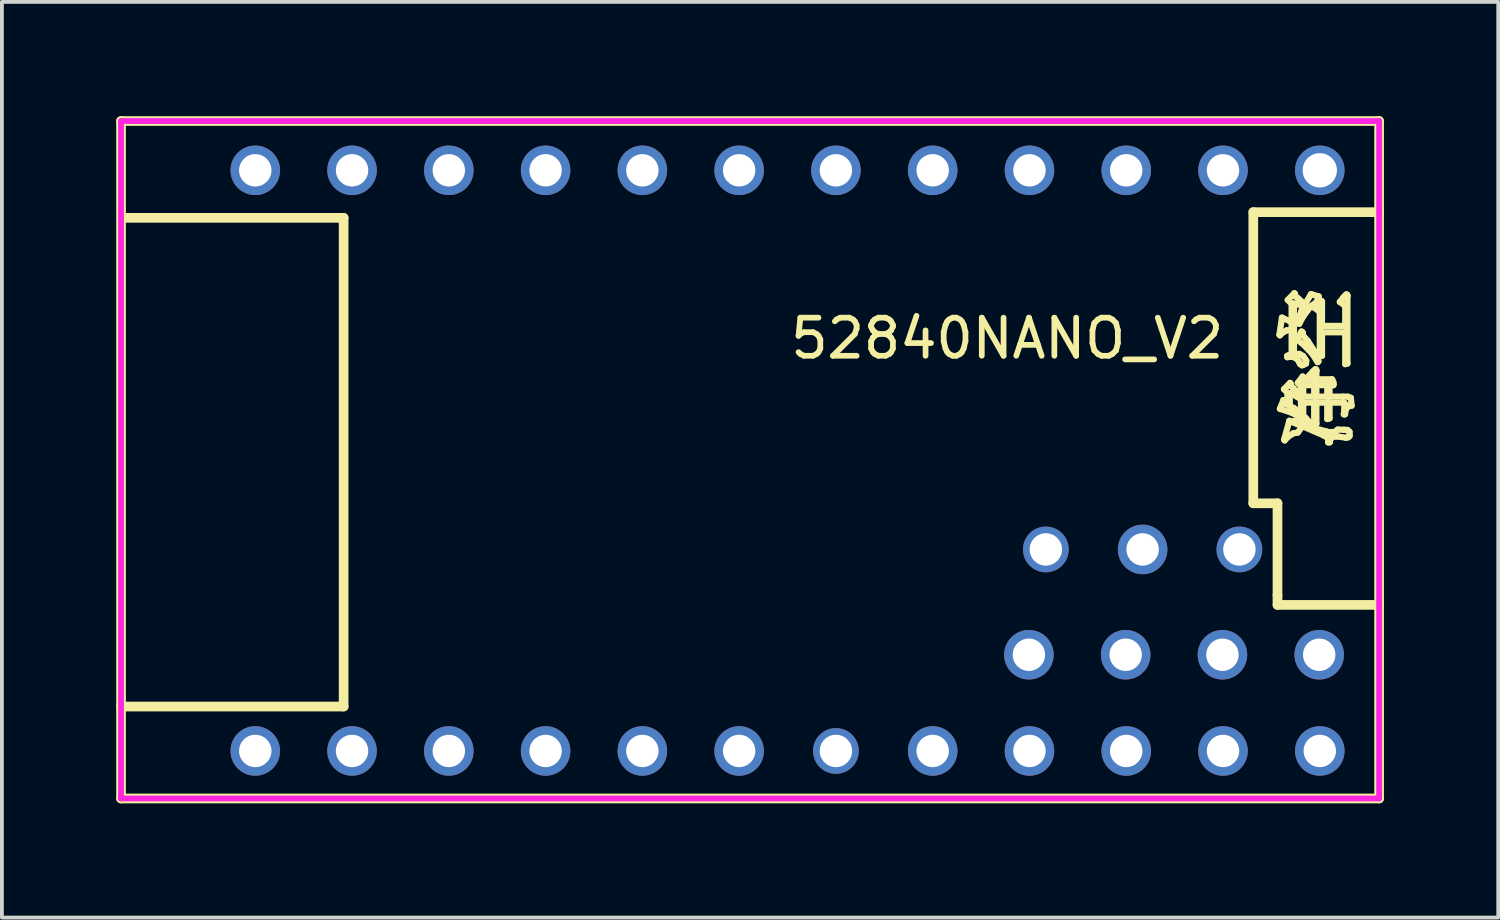
<source format=kicad_pcb>
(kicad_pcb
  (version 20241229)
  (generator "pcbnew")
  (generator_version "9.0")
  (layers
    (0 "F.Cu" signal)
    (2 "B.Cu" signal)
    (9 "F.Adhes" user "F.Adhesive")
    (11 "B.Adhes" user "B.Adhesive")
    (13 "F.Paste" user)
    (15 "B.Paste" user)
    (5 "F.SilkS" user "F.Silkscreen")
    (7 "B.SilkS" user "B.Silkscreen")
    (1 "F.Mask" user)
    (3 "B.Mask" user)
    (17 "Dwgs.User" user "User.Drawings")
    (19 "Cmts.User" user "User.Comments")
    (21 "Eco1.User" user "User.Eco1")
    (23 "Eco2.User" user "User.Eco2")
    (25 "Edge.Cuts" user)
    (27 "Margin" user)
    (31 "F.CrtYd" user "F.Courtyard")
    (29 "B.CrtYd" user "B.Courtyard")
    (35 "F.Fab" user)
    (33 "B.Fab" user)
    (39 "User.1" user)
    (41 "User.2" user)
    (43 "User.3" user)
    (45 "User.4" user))
  (footprint "52840NANO_V2"
    (layer "F.Cu")
    (at 17.62 9.04)
    (property "Reference" "52840NANO_V2" (at 0 -3.207 0) (layer "F.SilkS") (effects (font (size 1 1) (thickness 0.15)) (justify left)))
    (attr through_hole)
    (fp_line (start -17.493 -8.913) (end 15.527 -8.913) (stroke (width 0.254) (type solid)) (layer "F.SilkS"))
    (fp_line (start -17.493 8.867) (end -17.493 -8.913) (stroke (width 0.254) (type solid)) (layer "F.SilkS"))
    (fp_line (start -17.366 -6.373) (end -11.651 -6.373) (stroke (width 0.254) (type solid)) (layer "F.SilkS"))
    (fp_line (start -11.651 -6.373) (end -11.651 6.454) (stroke (width 0.254) (type solid)) (layer "F.SilkS"))
    (fp_line (start -11.651 6.454) (end -17.493 6.454) (stroke (width 0.254) (type solid)) (layer "F.SilkS"))
    (fp_line (start 12.225 -6.522) (end 12.225 1.12) (stroke (width 0.254) (type solid)) (layer "F.SilkS"))
    (fp_line (start 12.225 1.12) (end 12.86 1.12) (stroke (width 0.254) (type solid)) (layer "F.SilkS"))
    (fp_line (start 12.86 1.12) (end 12.86 3.533) (stroke (width 0.254) (type solid)) (layer "F.SilkS"))
    (fp_line (start 12.86 3.533) (end 12.86 3.787) (stroke (width 0.254) (type solid)) (layer "F.SilkS"))
    (fp_line (start 12.86 3.787) (end 15.527 3.787) (stroke (width 0.254) (type solid)) (layer "F.SilkS"))
    (fp_line (start 12.911 -3.307) (end 12.923 -3.289) (stroke (width 0.163) (type solid)) (layer "F.SilkS"))
    (fp_line (start 12.923 -3.289) (end 12.987 -3.355) (stroke (width 0.163) (type solid)) (layer "F.SilkS"))
    (fp_line (start 12.923 -1.359) (end 13.221 -1.263) (stroke (width 0.163) (type solid)) (layer "F.SilkS"))
    (fp_line (start 12.977 -3.754) (end 12.911 -3.307) (stroke (width 0.163) (type solid)) (layer "F.SilkS"))
    (fp_line (start 12.987 -3.355) (end 13.101 -3.419) (stroke (width 0.163) (type solid)) (layer "F.SilkS"))
    (fp_line (start 13.015 -1.59) (end 12.923 -1.359) (stroke (width 0.163) (type solid)) (layer "F.SilkS"))
    (fp_line (start 13.03 -1.875) (end 13.122 -1.778) (stroke (width 0.163) (type solid)) (layer "F.SilkS"))
    (fp_line (start 13.033 -0.551) (end 13.048 -0.531) (stroke (width 0.163) (type solid)) (layer "F.SilkS"))
    (fp_line (start 13.038 -1.58) (end 13.015 -1.59) (stroke (width 0.163) (type solid)) (layer "F.SilkS"))
    (fp_line (start 13.048 -1.509) (end 13.05 -1.557) (stroke (width 0.163) (type solid)) (layer "F.SilkS"))
    (fp_line (start 13.048 -0.531) (end 13.132 -0.622) (stroke (width 0.163) (type solid)) (layer "F.SilkS"))
    (fp_line (start 13.05 -1.557) (end 13.038 -1.58) (stroke (width 0.163) (type solid)) (layer "F.SilkS"))
    (fp_line (start 13.073 -1.496) (end 13.048 -1.509) (stroke (width 0.163) (type solid)) (layer "F.SilkS"))
    (fp_line (start 13.099 -1.486) (end 13.073 -1.496) (stroke (width 0.163) (type solid)) (layer "F.SilkS"))
    (fp_line (start 13.101 -3.419) (end 13.195 -3.427) (stroke (width 0.163) (type solid)) (layer "F.SilkS"))
    (fp_line (start 13.114 -2.748) (end 13.117 -2.715) (stroke (width 0.163) (type solid)) (layer "F.SilkS"))
    (fp_line (start 13.117 -2.715) (end 13.254 -2.731) (stroke (width 0.163) (type solid)) (layer "F.SilkS"))
    (fp_line (start 13.122 -1.778) (end 13.122 -1.471) (stroke (width 0.163) (type solid)) (layer "F.SilkS"))
    (fp_line (start 13.122 -1.471) (end 13.099 -1.486) (stroke (width 0.163) (type solid)) (layer "F.SilkS"))
    (fp_line (start 13.129 -4.217) (end 13.231 -4.115) (stroke (width 0.163) (type solid)) (layer "F.SilkS"))
    (fp_line (start 13.132 -0.622) (end 13.271 -0.716) (stroke (width 0.163) (type solid)) (layer "F.SilkS"))
    (fp_line (start 13.155 -2.766) (end 13.114 -2.748) (stroke (width 0.163) (type solid)) (layer "F.SilkS"))
    (fp_line (start 13.172 -1.047) (end 13.033 -0.551) (stroke (width 0.163) (type solid)) (layer "F.SilkS"))
    (fp_line (start 13.183 -1.776) (end 13.271 -1.732) (stroke (width 0.163) (type solid)) (layer "F.SilkS"))
    (fp_line (start 13.183 -1.438) (end 13.183 -1.776) (stroke (width 0.163) (type solid)) (layer "F.SilkS"))
    (fp_line (start 13.19 -2.04) (end 13.03 -1.875) (stroke (width 0.163) (type solid)) (layer "F.SilkS"))
    (fp_line (start 13.193 -2.776) (end 13.155 -2.766) (stroke (width 0.163) (type solid)) (layer "F.SilkS"))
    (fp_line (start 13.195 -3.427) (end 13.322 -3.594) (stroke (width 0.163) (type solid)) (layer "F.SilkS"))
    (fp_line (start 13.203 -2.025) (end 13.19 -2.04) (stroke (width 0.163) (type solid)) (layer "F.SilkS"))
    (fp_line (start 13.208 -1.999) (end 13.203 -2.025) (stroke (width 0.163) (type solid)) (layer "F.SilkS"))
    (fp_line (start 13.21 -1.958) (end 13.208 -1.999) (stroke (width 0.163) (type solid)) (layer "F.SilkS"))
    (fp_line (start 13.221 -1.263) (end 13.51 -1.108) (stroke (width 0.163) (type solid)) (layer "F.SilkS"))
    (fp_line (start 13.231 -4.115) (end 13.231 -2.781) (stroke (width 0.163) (type solid)) (layer "F.SilkS"))
    (fp_line (start 13.231 -2.781) (end 13.193 -2.776) (stroke (width 0.163) (type solid)) (layer "F.SilkS"))
    (fp_line (start 13.254 -2.731) (end 13.381 -2.662) (stroke (width 0.163) (type solid)) (layer "F.SilkS"))
    (fp_line (start 13.271 -1.732) (end 13.391 -1.666) (stroke (width 0.163) (type solid)) (layer "F.SilkS"))
    (fp_line (start 13.271 -0.716) (end 13.393 -0.737) (stroke (width 0.163) (type solid)) (layer "F.SilkS"))
    (fp_line (start 13.277 -1.006) (end 14.074 -0.661) (stroke (width 0.163) (type solid)) (layer "F.SilkS"))
    (fp_line (start 13.287 -1.039) (end 13.277 -1.006) (stroke (width 0.163) (type solid)) (layer "F.SilkS"))
    (fp_line (start 13.289 -1.892) (end 13.21 -1.958) (stroke (width 0.163) (type solid)) (layer "F.SilkS"))
    (fp_line (start 13.289 -1.379) (end 13.183 -1.438) (stroke (width 0.163) (type solid)) (layer "F.SilkS"))
    (fp_line (start 13.292 -4.125) (end 13.373 -4.107) (stroke (width 0.163) (type solid)) (layer "F.SilkS"))
    (fp_line (start 13.292 -2.789) (end 13.292 -4.125) (stroke (width 0.163) (type solid)) (layer "F.SilkS"))
    (fp_line (start 13.302 -4.394) (end 13.129 -4.217) (stroke (width 0.163) (type solid)) (layer "F.SilkS"))
    (fp_line (start 13.317 -4.382) (end 13.302 -4.394) (stroke (width 0.163) (type solid)) (layer "F.SilkS"))
    (fp_line (start 13.322 -4.359) (end 13.317 -4.382) (stroke (width 0.163) (type solid)) (layer "F.SilkS"))
    (fp_line (start 13.322 -4.316) (end 13.322 -4.359) (stroke (width 0.163) (type solid)) (layer "F.SilkS"))
    (fp_line (start 13.322 -3.594) (end 12.977 -3.754) (stroke (width 0.163) (type solid)) (layer "F.SilkS"))
    (fp_line (start 13.371 -3.173) (end 13.515 -3.071) (stroke (width 0.163) (type solid)) (layer "F.SilkS"))
    (fp_line (start 13.373 -4.107) (end 13.482 -4.077) (stroke (width 0.163) (type solid)) (layer "F.SilkS"))
    (fp_line (start 13.381 -2.662) (end 13.429 -2.583) (stroke (width 0.163) (type solid)) (layer "F.SilkS"))
    (fp_line (start 13.388 -1.308) (end 13.289 -1.379) (stroke (width 0.163) (type solid)) (layer "F.SilkS"))
    (fp_line (start 13.391 -1.666) (end 13.475 -1.613) (stroke (width 0.163) (type solid)) (layer "F.SilkS"))
    (fp_line (start 13.393 -2.042) (end 13.475 -1.964) (stroke (width 0.163) (type solid)) (layer "F.SilkS"))
    (fp_line (start 13.393 -0.737) (end 13.515 -0.902) (stroke (width 0.163) (type solid)) (layer "F.SilkS"))
    (fp_line (start 13.396 -1.781) (end 13.289 -1.892) (stroke (width 0.163) (type solid)) (layer "F.SilkS"))
    (fp_line (start 13.398 -4.26) (end 13.322 -4.316) (stroke (width 0.163) (type solid)) (layer "F.SilkS"))
    (fp_line (start 13.409 -3.609) (end 13.431 -3.592) (stroke (width 0.163) (type solid)) (layer "F.SilkS"))
    (fp_line (start 13.429 -2.583) (end 13.454 -2.535) (stroke (width 0.163) (type solid)) (layer "F.SilkS"))
    (fp_line (start 13.431 -3.592) (end 13.536 -3.785) (stroke (width 0.163) (type solid)) (layer "F.SilkS"))
    (fp_line (start 13.434 -2.802) (end 13.292 -2.789) (stroke (width 0.163) (type solid)) (layer "F.SilkS"))
    (fp_line (start 13.444 -3.805) (end 13.409 -3.609) (stroke (width 0.163) (type solid)) (layer "F.SilkS"))
    (fp_line (start 13.454 -2.535) (end 13.503 -2.502) (stroke (width 0.163) (type solid)) (layer "F.SilkS"))
    (fp_line (start 13.475 -1.964) (end 13.475 -1.679) (stroke (width 0.163) (type solid)) (layer "F.SilkS"))
    (fp_line (start 13.475 -1.679) (end 13.396 -1.781) (stroke (width 0.163) (type solid)) (layer "F.SilkS"))
    (fp_line (start 13.475 -1.613) (end 13.475 -1.232) (stroke (width 0.163) (type solid)) (layer "F.SilkS"))
    (fp_line (start 13.475 -1.232) (end 13.388 -1.308) (stroke (width 0.163) (type solid)) (layer "F.SilkS"))
    (fp_line (start 13.482 -4.077) (end 13.553 -4.054) (stroke (width 0.163) (type solid)) (layer "F.SilkS"))
    (fp_line (start 13.49 -3.388) (end 13.371 -3.173) (stroke (width 0.163) (type solid)) (layer "F.SilkS"))
    (fp_line (start 13.495 -3.95) (end 13.444 -3.805) (stroke (width 0.163) (type solid)) (layer "F.SilkS"))
    (fp_line (start 13.503 -2.502) (end 13.553 -2.522) (stroke (width 0.163) (type solid)) (layer "F.SilkS"))
    (fp_line (start 13.505 -4.163) (end 13.398 -4.26) (stroke (width 0.163) (type solid)) (layer "F.SilkS"))
    (fp_line (start 13.51 -1.108) (end 13.688 -0.958) (stroke (width 0.163) (type solid)) (layer "F.SilkS"))
    (fp_line (start 13.513 -3.376) (end 13.49 -3.388) (stroke (width 0.163) (type solid)) (layer "F.SilkS"))
    (fp_line (start 13.515 -3.071) (end 13.779 -2.797) (stroke (width 0.163) (type solid)) (layer "F.SilkS"))
    (fp_line (start 13.515 -0.902) (end 13.172 -1.047) (stroke (width 0.163) (type solid)) (layer "F.SilkS"))
    (fp_line (start 13.52 -2.207) (end 13.393 -2.042) (stroke (width 0.163) (type solid)) (layer "F.SilkS"))
    (fp_line (start 13.523 -3.292) (end 13.525 -3.35) (stroke (width 0.163) (type solid)) (layer "F.SilkS"))
    (fp_line (start 13.525 -3.35) (end 13.513 -3.376) (stroke (width 0.163) (type solid)) (layer "F.SilkS"))
    (fp_line (start 13.531 -0.96) (end 13.287 -1.039) (stroke (width 0.163) (type solid)) (layer "F.SilkS"))
    (fp_line (start 13.533 -2.746) (end 13.434 -2.802) (stroke (width 0.163) (type solid)) (layer "F.SilkS"))
    (fp_line (start 13.536 -3.785) (end 13.731 -4.049) (stroke (width 0.163) (type solid)) (layer "F.SilkS"))
    (fp_line (start 13.536 -2.197) (end 13.52 -2.207) (stroke (width 0.163) (type solid)) (layer "F.SilkS"))
    (fp_line (start 13.536 -1.981) (end 13.823 -1.981) (stroke (width 0.163) (type solid)) (layer "F.SilkS"))
    (fp_line (start 13.536 -1.679) (end 13.536 -1.981) (stroke (width 0.163) (type solid)) (layer "F.SilkS"))
    (fp_line (start 13.536 -1.522) (end 13.823 -1.522) (stroke (width 0.163) (type solid)) (layer "F.SilkS"))
    (fp_line (start 13.536 -1.181) (end 13.536 -1.522) (stroke (width 0.163) (type solid)) (layer "F.SilkS"))
    (fp_line (start 13.548 -2.169) (end 13.536 -2.197) (stroke (width 0.163) (type solid)) (layer "F.SilkS"))
    (fp_line (start 13.553 -4.054) (end 13.495 -3.95) (stroke (width 0.163) (type solid)) (layer "F.SilkS"))
    (fp_line (start 13.553 -2.522) (end 13.609 -2.548) (stroke (width 0.163) (type solid)) (layer "F.SilkS"))
    (fp_line (start 13.556 -2.134) (end 13.548 -2.169) (stroke (width 0.163) (type solid)) (layer "F.SilkS"))
    (fp_line (start 13.569 -4.082) (end 13.505 -4.163) (stroke (width 0.163) (type solid)) (layer "F.SilkS"))
    (fp_line (start 13.574 -2.682) (end 13.533 -2.746) (stroke (width 0.163) (type solid)) (layer "F.SilkS"))
    (fp_line (start 13.599 -1.12) (end 13.536 -1.181) (stroke (width 0.163) (type solid)) (layer "F.SilkS"))
    (fp_line (start 13.609 -2.548) (end 13.614 -2.624) (stroke (width 0.163) (type solid)) (layer "F.SilkS"))
    (fp_line (start 13.614 -2.624) (end 13.574 -2.682) (stroke (width 0.163) (type solid)) (layer "F.SilkS"))
    (fp_line (start 13.658 -3.137) (end 13.523 -3.292) (stroke (width 0.163) (type solid)) (layer "F.SilkS"))
    (fp_line (start 13.658 -1.052) (end 13.599 -1.12) (stroke (width 0.163) (type solid)) (layer "F.SilkS"))
    (fp_line (start 13.688 -0.958) (end 13.708 -0.986) (stroke (width 0.163) (type solid)) (layer "F.SilkS"))
    (fp_line (start 13.698 -2.238) (end 13.698 -2.238) (stroke (width 0.163) (type solid)) (layer "F.SilkS"))
    (fp_line (start 13.698 -2.238) (end 13.823 -2.157) (stroke (width 0.163) (type solid)) (layer "F.SilkS"))
    (fp_line (start 13.708 -0.986) (end 13.658 -1.052) (stroke (width 0.163) (type solid)) (layer "F.SilkS"))
    (fp_line (start 13.731 -4.049) (end 13.886 -4.158) (stroke (width 0.163) (type solid)) (layer "F.SilkS"))
    (fp_line (start 13.739 -4.369) (end 13.569 -4.082) (stroke (width 0.163) (type solid)) (layer "F.SilkS"))
    (fp_line (start 13.779 -2.797) (end 13.912 -2.586) (stroke (width 0.163) (type solid)) (layer "F.SilkS"))
    (fp_line (start 13.787 -2.339) (end 13.698 -2.238) (stroke (width 0.163) (type solid)) (layer "F.SilkS"))
    (fp_line (start 13.823 -2.157) (end 13.823 -2.134) (stroke (width 0.163) (type solid)) (layer "F.SilkS"))
    (fp_line (start 13.823 -2.134) (end 13.556 -2.134) (stroke (width 0.163) (type solid)) (layer "F.SilkS"))
    (fp_line (start 13.823 -1.981) (end 13.823 -1.679) (stroke (width 0.163) (type solid)) (layer "F.SilkS"))
    (fp_line (start 13.823 -1.679) (end 13.536 -1.679) (stroke (width 0.163) (type solid)) (layer "F.SilkS"))
    (fp_line (start 13.823 -1.522) (end 13.823 -0.953) (stroke (width 0.163) (type solid)) (layer "F.SilkS"))
    (fp_line (start 13.823 -0.953) (end 13.881 -0.968) (stroke (width 0.163) (type solid)) (layer "F.SilkS"))
    (fp_line (start 13.838 -2.86) (end 13.658 -3.137) (stroke (width 0.163) (type solid)) (layer "F.SilkS"))
    (fp_line (start 13.84 -4.006) (end 13.84 -4.006) (stroke (width 0.163) (type solid)) (layer "F.SilkS"))
    (fp_line (start 13.84 -4.006) (end 13.97 -3.904) (stroke (width 0.163) (type solid)) (layer "F.SilkS"))
    (fp_line (start 13.851 -2.398) (end 13.787 -2.339) (stroke (width 0.163) (type solid)) (layer "F.SilkS"))
    (fp_line (start 13.871 -2.393) (end 13.851 -2.398) (stroke (width 0.163) (type solid)) (layer "F.SilkS"))
    (fp_line (start 13.881 -2.372) (end 13.871 -2.393) (stroke (width 0.163) (type solid)) (layer "F.SilkS"))
    (fp_line (start 13.881 -2.345) (end 13.881 -2.372) (stroke (width 0.163) (type solid)) (layer "F.SilkS"))
    (fp_line (start 13.881 -2.134) (end 13.881 -2.345) (stroke (width 0.163) (type solid)) (layer "F.SilkS"))
    (fp_line (start 13.881 -1.981) (end 14.166 -1.981) (stroke (width 0.163) (type solid)) (layer "F.SilkS"))
    (fp_line (start 13.881 -1.679) (end 13.881 -1.981) (stroke (width 0.163) (type solid)) (layer "F.SilkS"))
    (fp_line (start 13.881 -1.522) (end 14.166 -1.522) (stroke (width 0.163) (type solid)) (layer "F.SilkS"))
    (fp_line (start 13.881 -0.968) (end 13.881 -1.522) (stroke (width 0.163) (type solid)) (layer "F.SilkS"))
    (fp_line (start 13.886 -4.158) (end 13.942 -4.311) (stroke (width 0.163) (type solid)) (layer "F.SilkS"))
    (fp_line (start 13.912 -2.586) (end 13.934 -2.606) (stroke (width 0.163) (type solid)) (layer "F.SilkS"))
    (fp_line (start 13.932 -4.12) (end 13.84 -4.006) (stroke (width 0.163) (type solid)) (layer "F.SilkS"))
    (fp_line (start 13.934 -2.606) (end 13.838 -2.86) (stroke (width 0.163) (type solid)) (layer "F.SilkS"))
    (fp_line (start 13.942 -4.311) (end 13.739 -4.369) (stroke (width 0.163) (type solid)) (layer "F.SilkS"))
    (fp_line (start 13.97 -3.904) (end 13.97 -2.733) (stroke (width 0.163) (type solid)) (layer "F.SilkS"))
    (fp_line (start 13.97 -2.733) (end 14.028 -2.751) (stroke (width 0.163) (type solid)) (layer "F.SilkS"))
    (fp_line (start 13.99 -0.805) (end 13.531 -0.96) (stroke (width 0.163) (type solid)) (layer "F.SilkS"))
    (fp_line (start 13.995 -4.194) (end 13.932 -4.12) (stroke (width 0.163) (type solid)) (layer "F.SilkS"))
    (fp_line (start 14.018 -4.189) (end 13.995 -4.194) (stroke (width 0.163) (type solid)) (layer "F.SilkS"))
    (fp_line (start 14.028 -4.168) (end 14.018 -4.189) (stroke (width 0.163) (type solid)) (layer "F.SilkS"))
    (fp_line (start 14.028 -4.138) (end 14.028 -4.168) (stroke (width 0.163) (type solid)) (layer "F.SilkS"))
    (fp_line (start 14.028 -3.536) (end 14.028 -4.138) (stroke (width 0.163) (type solid)) (layer "F.SilkS"))
    (fp_line (start 14.028 -3.368) (end 14.638 -3.368) (stroke (width 0.163) (type solid)) (layer "F.SilkS"))
    (fp_line (start 14.028 -2.751) (end 14.028 -3.368) (stroke (width 0.163) (type solid)) (layer "F.SilkS"))
    (fp_line (start 14.074 -0.661) (end 14.074 -0.661) (stroke (width 0.163) (type solid)) (layer "F.SilkS"))
    (fp_line (start 14.074 -0.661) (end 14.145 -0.622) (stroke (width 0.163) (type solid)) (layer "F.SilkS"))
    (fp_line (start 14.089 -0.78) (end 13.99 -0.805) (stroke (width 0.163) (type solid)) (layer "F.SilkS"))
    (fp_line (start 14.145 -0.622) (end 14.186 -0.602) (stroke (width 0.163) (type solid)) (layer "F.SilkS"))
    (fp_line (start 14.15 -0.762) (end 14.089 -0.78) (stroke (width 0.163) (type solid)) (layer "F.SilkS"))
    (fp_line (start 14.166 -1.981) (end 14.166 -1.679) (stroke (width 0.163) (type solid)) (layer "F.SilkS"))
    (fp_line (start 14.166 -1.679) (end 13.881 -1.679) (stroke (width 0.163) (type solid)) (layer "F.SilkS"))
    (fp_line (start 14.166 -1.522) (end 14.166 -1.092) (stroke (width 0.163) (type solid)) (layer "F.SilkS"))
    (fp_line (start 14.166 -1.092) (end 14.226 -1.11) (stroke (width 0.163) (type solid)) (layer "F.SilkS"))
    (fp_line (start 14.186 -0.602) (end 14.188 -0.592) (stroke (width 0.163) (type solid)) (layer "F.SilkS"))
    (fp_line (start 14.188 -0.592) (end 14.188 -0.569) (stroke (width 0.163) (type solid)) (layer "F.SilkS"))
    (fp_line (start 14.188 -0.569) (end 14.188 -0.48) (stroke (width 0.163) (type solid)) (layer "F.SilkS"))
    (fp_line (start 14.188 -0.48) (end 14.232 -0.48) (stroke (width 0.163) (type solid)) (layer "F.SilkS"))
    (fp_line (start 14.216 -0.749) (end 14.15 -0.762) (stroke (width 0.163) (type solid)) (layer "F.SilkS"))
    (fp_line (start 14.226 -1.981) (end 14.328 -1.981) (stroke (width 0.163) (type solid)) (layer "F.SilkS"))
    (fp_line (start 14.226 -1.679) (end 14.226 -1.981) (stroke (width 0.163) (type solid)) (layer "F.SilkS"))
    (fp_line (start 14.226 -1.522) (end 14.577 -1.522) (stroke (width 0.163) (type solid)) (layer "F.SilkS"))
    (fp_line (start 14.226 -1.11) (end 14.226 -1.522) (stroke (width 0.163) (type solid)) (layer "F.SilkS"))
    (fp_line (start 14.232 -0.48) (end 14.237 -0.521) (stroke (width 0.163) (type solid)) (layer "F.SilkS"))
    (fp_line (start 14.237 -0.521) (end 14.242 -0.551) (stroke (width 0.163) (type solid)) (layer "F.SilkS"))
    (fp_line (start 14.242 -0.551) (end 14.262 -0.579) (stroke (width 0.163) (type solid)) (layer "F.SilkS"))
    (fp_line (start 14.262 -0.579) (end 14.29 -0.622) (stroke (width 0.163) (type solid)) (layer "F.SilkS"))
    (fp_line (start 14.267 -0.749) (end 14.216 -0.749) (stroke (width 0.163) (type solid)) (layer "F.SilkS"))
    (fp_line (start 14.28 -2.134) (end 13.881 -2.134) (stroke (width 0.163) (type solid)) (layer "F.SilkS"))
    (fp_line (start 14.29 -0.622) (end 14.45 -0.633) (stroke (width 0.163) (type solid)) (layer "F.SilkS"))
    (fp_line (start 14.295 -2.131) (end 14.28 -2.134) (stroke (width 0.163) (type solid)) (layer "F.SilkS"))
    (fp_line (start 14.328 -2.055) (end 14.295 -2.131) (stroke (width 0.163) (type solid)) (layer "F.SilkS"))
    (fp_line (start 14.328 -2.004) (end 14.328 -2.055) (stroke (width 0.163) (type solid)) (layer "F.SilkS"))
    (fp_line (start 14.328 -1.981) (end 14.328 -2.004) (stroke (width 0.163) (type solid)) (layer "F.SilkS"))
    (fp_line (start 14.359 -0.752) (end 14.267 -0.749) (stroke (width 0.163) (type solid)) (layer "F.SilkS"))
    (fp_line (start 14.442 -0.815) (end 14.359 -0.752) (stroke (width 0.163) (type solid)) (layer "F.SilkS"))
    (fp_line (start 14.45 -0.633) (end 14.653 -0.602) (stroke (width 0.163) (type solid)) (layer "F.SilkS"))
    (fp_line (start 14.498 -4.166) (end 14.498 -4.166) (stroke (width 0.163) (type solid)) (layer "F.SilkS"))
    (fp_line (start 14.498 -4.166) (end 14.638 -4.057) (stroke (width 0.163) (type solid)) (layer "F.SilkS"))
    (fp_line (start 14.577 -1.522) (end 14.607 -1.522) (stroke (width 0.163) (type solid)) (layer "F.SilkS"))
    (fp_line (start 14.582 -1.679) (end 14.226 -1.679) (stroke (width 0.163) (type solid)) (layer "F.SilkS"))
    (fp_line (start 14.592 -4.288) (end 14.498 -4.166) (stroke (width 0.163) (type solid)) (layer "F.SilkS"))
    (fp_line (start 14.602 -1.217) (end 14.602 -1.217) (stroke (width 0.163) (type solid)) (layer "F.SilkS"))
    (fp_line (start 14.602 -1.217) (end 14.633 -1.217) (stroke (width 0.163) (type solid)) (layer "F.SilkS"))
    (fp_line (start 14.605 -0.81) (end 14.442 -0.815) (stroke (width 0.163) (type solid)) (layer "F.SilkS"))
    (fp_line (start 14.607 -1.522) (end 14.618 -1.511) (stroke (width 0.163) (type solid)) (layer "F.SilkS"))
    (fp_line (start 14.618 -1.511) (end 14.618 -1.476) (stroke (width 0.163) (type solid)) (layer "F.SilkS"))
    (fp_line (start 14.618 -1.476) (end 14.618 -1.43) (stroke (width 0.163) (type solid)) (layer "F.SilkS"))
    (fp_line (start 14.618 -1.43) (end 14.602 -1.217) (stroke (width 0.163) (type solid)) (layer "F.SilkS"))
    (fp_line (start 14.633 -1.217) (end 14.646 -1.316) (stroke (width 0.163) (type solid)) (layer "F.SilkS"))
    (fp_line (start 14.638 -4.057) (end 14.638 -3.536) (stroke (width 0.163) (type solid)) (layer "F.SilkS"))
    (fp_line (start 14.638 -3.536) (end 14.028 -3.536) (stroke (width 0.163) (type solid)) (layer "F.SilkS"))
    (fp_line (start 14.638 -3.368) (end 14.638 -2.533) (stroke (width 0.163) (type solid)) (layer "F.SilkS"))
    (fp_line (start 14.638 -2.533) (end 14.696 -2.55) (stroke (width 0.163) (type solid)) (layer "F.SilkS"))
    (fp_line (start 14.646 -1.316) (end 14.666 -1.369) (stroke (width 0.163) (type solid)) (layer "F.SilkS"))
    (fp_line (start 14.653 -0.602) (end 14.714 -0.612) (stroke (width 0.163) (type solid)) (layer "F.SilkS"))
    (fp_line (start 14.663 -4.361) (end 14.592 -4.288) (stroke (width 0.163) (type solid)) (layer "F.SilkS"))
    (fp_line (start 14.666 -1.369) (end 14.694 -1.397) (stroke (width 0.163) (type solid)) (layer "F.SilkS"))
    (fp_line (start 14.686 -4.356) (end 14.663 -4.361) (stroke (width 0.163) (type solid)) (layer "F.SilkS"))
    (fp_line (start 14.694 -1.397) (end 14.714 -1.425) (stroke (width 0.163) (type solid)) (layer "F.SilkS"))
    (fp_line (start 14.696 -4.336) (end 14.686 -4.356) (stroke (width 0.163) (type solid)) (layer "F.SilkS"))
    (fp_line (start 14.696 -4.305) (end 14.696 -4.336) (stroke (width 0.163) (type solid)) (layer "F.SilkS"))
    (fp_line (start 14.696 -2.55) (end 14.696 -4.305) (stroke (width 0.163) (type solid)) (layer "F.SilkS"))
    (fp_line (start 14.696 -0.805) (end 14.605 -0.81) (stroke (width 0.163) (type solid)) (layer "F.SilkS"))
    (fp_line (start 14.704 -1.679) (end 14.582 -1.679) (stroke (width 0.163) (type solid)) (layer "F.SilkS"))
    (fp_line (start 14.714 -1.425) (end 14.755 -1.438) (stroke (width 0.163) (type solid)) (layer "F.SilkS"))
    (fp_line (start 14.714 -0.612) (end 14.75 -0.643) (stroke (width 0.163) (type solid)) (layer "F.SilkS"))
    (fp_line (start 14.75 -0.757) (end 14.696 -0.805) (stroke (width 0.163) (type solid)) (layer "F.SilkS"))
    (fp_line (start 14.75 -0.683) (end 14.75 -0.757) (stroke (width 0.163) (type solid)) (layer "F.SilkS"))
    (fp_line (start 14.75 -0.643) (end 14.75 -0.683) (stroke (width 0.163) (type solid)) (layer "F.SilkS"))
    (fp_line (start 14.755 -1.438) (end 14.806 -1.443) (stroke (width 0.163) (type solid)) (layer "F.SilkS"))
    (fp_line (start 14.785 -1.649) (end 14.704 -1.679) (stroke (width 0.163) (type solid)) (layer "F.SilkS"))
    (fp_line (start 14.806 -1.443) (end 14.785 -1.649) (stroke (width 0.163) (type solid)) (layer "F.SilkS"))
    (fp_line (start 15.527 -8.913) (end 15.527 8.867) (stroke (width 0.254) (type solid)) (layer "F.SilkS"))
    (fp_line (start 15.527 -6.522) (end 12.225 -6.522) (stroke (width 0.254) (type solid)) (layer "F.SilkS"))
    (fp_line (start 15.527 8.867) (end -17.493 8.867) (stroke (width 0.254) (type solid)) (layer "F.SilkS"))
    (fp_line (start -17.493 -8.913) (end 15.527 -8.913) (stroke (width 0.152) (type solid)) (layer "F.CrtYd"))
    (fp_line (start -17.493 8.867) (end -17.493 -8.913) (stroke (width 0.152) (type solid)) (layer "F.CrtYd"))
    (fp_line (start 15.527 -8.913) (end 15.527 8.867) (stroke (width 0.152) (type solid)) (layer "F.CrtYd"))
    (fp_line (start 15.527 8.867) (end -17.493 8.867) (stroke (width 0.152) (type solid)) (layer "F.CrtYd"))
    (pad "1" thru_hole circle (at -13.97 -7.62) (size 1.3 1.3) (drill 0.85) (layers "*.Cu" "*.Mask"))
    (pad "2" thru_hole circle (at -11.43 -7.62) (size 1.3 1.3) (drill 0.85) (layers "*.Cu" "*.Mask"))
    (pad "3" thru_hole circle (at -8.89 -7.62) (size 1.3 1.3) (drill 0.85) (layers "*.Cu" "*.Mask"))
    (pad "4" thru_hole circle (at -6.35 -7.62) (size 1.3 1.3) (drill 0.85) (layers "*.Cu" "*.Mask"))
    (pad "5" thru_hole circle (at -3.81 -7.62) (size 1.3 1.3) (drill 0.85) (layers "*.Cu" "*.Mask"))
    (pad "6" thru_hole circle (at -1.27 -7.62) (size 1.3 1.3) (drill 0.85) (layers "*.Cu" "*.Mask"))
    (pad "7" thru_hole circle (at 1.27 -7.62) (size 1.3 1.3) (drill 0.85) (layers "*.Cu" "*.Mask"))
    (pad "8" thru_hole circle (at 3.81 -7.62) (size 1.3 1.3) (drill 0.85) (layers "*.Cu" "*.Mask"))
    (pad "9" thru_hole circle (at 6.35 -7.62) (size 1.3 1.3) (drill 0.85) (layers "*.Cu" "*.Mask"))
    (pad "10" thru_hole circle (at 8.89 -7.62) (size 1.3 1.3) (drill 0.85) (layers "*.Cu" "*.Mask"))
    (pad "11" thru_hole circle (at 11.43 -7.62) (size 1.3 1.3) (drill 0.85) (layers "*.Cu" "*.Mask"))
    (pad "12" thru_hole circle (at 13.97 -7.62) (size 1.3 1.3) (drill 0.9) (layers "*.Cu" "*.Mask"))
    (pad "13" thru_hole circle (at -13.97 7.62) (size 1.3 1.3) (drill 0.85) (layers "*.Cu" "*.Mask"))
    (pad "14" thru_hole circle (at -11.43 7.62) (size 1.3 1.3) (drill 0.85) (layers "*.Cu" "*.Mask"))
    (pad "15" thru_hole circle (at -8.89 7.62) (size 1.3 1.3) (drill 0.85) (layers "*.Cu" "*.Mask"))
    (pad "16" thru_hole circle (at -6.35 7.62) (size 1.3 1.3) (drill 0.85) (layers "*.Cu" "*.Mask"))
    (pad "17" thru_hole circle (at -3.81 7.62) (size 1.3 1.3) (drill 0.85) (layers "*.Cu" "*.Mask"))
    (pad "18" thru_hole circle (at -1.27 7.62) (size 1.3 1.3) (drill 0.85) (layers "*.Cu" "*.Mask"))
    (pad "19" thru_hole circle (at 1.27 7.62) (size 1.2 1.2) (drill 0.85) (layers "*.Cu" "*.Mask"))
    (pad "20" thru_hole circle (at 3.81 7.62) (size 1.3 1.3) (drill 0.85) (layers "*.Cu" "*.Mask"))
    (pad "21" thru_hole circle (at 6.35 7.62) (size 1.3 1.3) (drill 0.85) (layers "*.Cu" "*.Mask"))
    (pad "22" thru_hole circle (at 8.89 7.62) (size 1.3 1.3) (drill 0.85) (layers "*.Cu" "*.Mask"))
    (pad "23" thru_hole circle (at 11.43 7.62) (size 1.3 1.3) (drill 0.85) (layers "*.Cu" "*.Mask"))
    (pad "24" thru_hole circle (at 13.97 7.62) (size 1.3 1.3) (drill 0.85) (layers "*.Cu" "*.Mask"))
    (pad "25" thru_hole circle (at 6.335 5.095 90) (size 1.3 1.3) (drill 0.85) (layers "*.Cu" "*.Mask"))
    (pad "26" thru_hole circle (at 8.875 5.095 90) (size 1.3 1.3) (drill 0.85) (layers "*.Cu" "*.Mask"))
    (pad "27" thru_hole circle (at 11.415 5.095 90) (size 1.3 1.3) (drill 0.85) (layers "*.Cu" "*.Mask"))
    (pad "28" thru_hole circle (at 13.955 5.095 270) (size 1.3 1.3) (drill 0.85) (layers "*.Cu" "*.Mask"))
    (pad "29" thru_hole circle (at 6.78 2.331 90) (size 1.2 1.2) (drill 0.85) (layers "*.Cu" "*.Mask"))
    (pad "30" thru_hole circle (at 9.32 2.331 90) (size 1.3 1.3) (drill 0.85) (layers "*.Cu" "*.Mask"))
    (pad "31" thru_hole circle (at 11.86 2.331 90) (size 1.2 1.2) (drill 0.85) (layers "*.Cu" "*.Mask")))
  (gr_rect
    (start -3 -3)
    (end 36.274 21.034)
    (stroke (width 0.1) (type default))
    (fill no)
    (layer "Edge.Cuts")))
</source>
